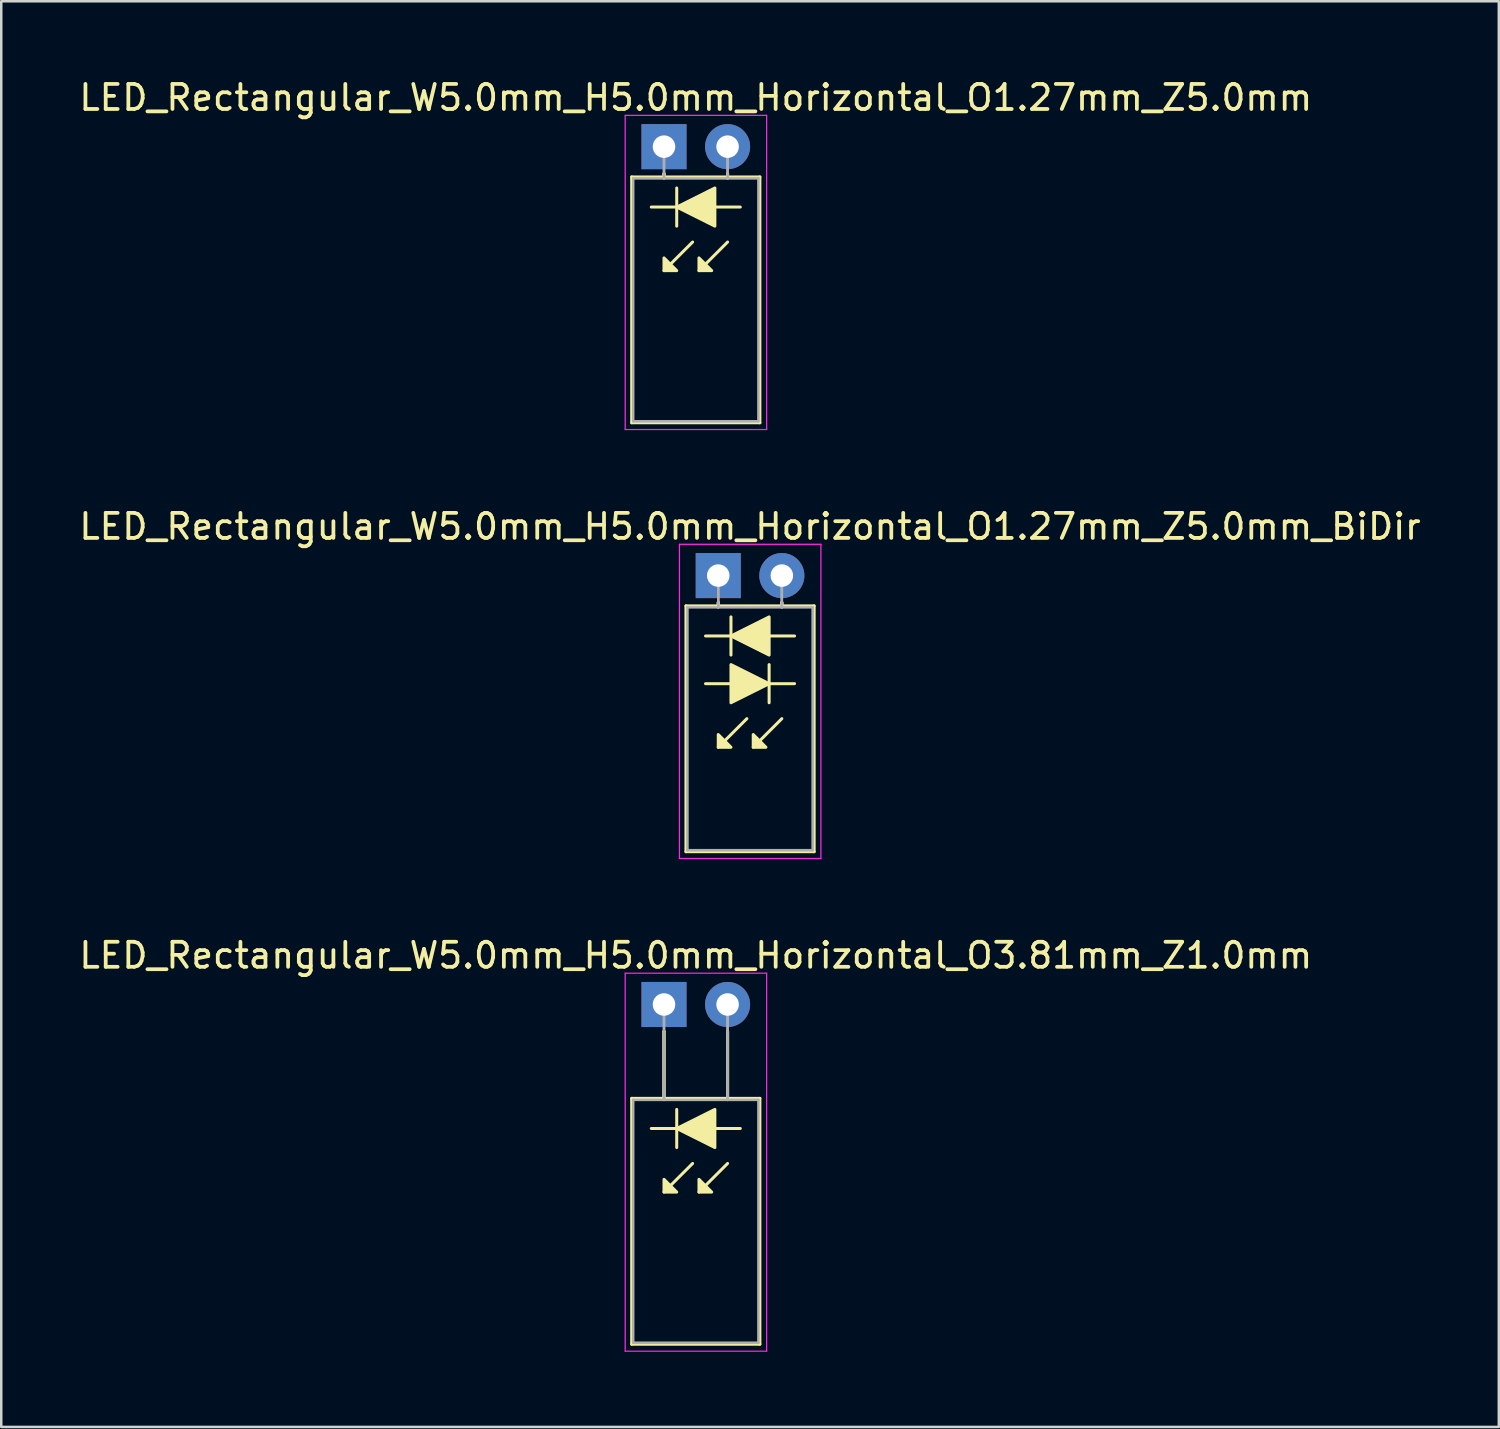
<source format=kicad_pcb>
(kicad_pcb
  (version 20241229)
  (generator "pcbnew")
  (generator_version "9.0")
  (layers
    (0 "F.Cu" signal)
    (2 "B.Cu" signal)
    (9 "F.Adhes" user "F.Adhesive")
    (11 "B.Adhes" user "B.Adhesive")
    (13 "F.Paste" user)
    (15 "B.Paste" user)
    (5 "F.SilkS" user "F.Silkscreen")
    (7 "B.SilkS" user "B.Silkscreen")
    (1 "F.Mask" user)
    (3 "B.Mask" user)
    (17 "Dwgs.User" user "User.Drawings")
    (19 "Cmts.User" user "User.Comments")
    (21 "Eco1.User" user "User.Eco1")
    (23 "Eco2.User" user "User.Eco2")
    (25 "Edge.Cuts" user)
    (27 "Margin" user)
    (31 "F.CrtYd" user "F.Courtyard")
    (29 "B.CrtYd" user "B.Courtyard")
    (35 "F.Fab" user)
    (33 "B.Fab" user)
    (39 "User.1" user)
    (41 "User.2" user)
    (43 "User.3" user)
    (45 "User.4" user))
  (footprint "LED_Rectangular_W5.0mm_H5.0mm_Horizontal_O3.81mm_Z1.0mm"
    (layer "F.Cu")
    (at 23.474 37.075)
    (property "Reference" "LED_Rectangular_W5.0mm_H5.0mm_Horizontal_O3.81mm_Z1.0mm" (at 1.27 -1.96 0) (layer "F.SilkS") (effects (font (size 1 1) (thickness 0.15))))
    (fp_line (start -1.29 3.75) (end -1.29 13.57) (stroke (width 0.12) (type solid)) (layer "F.SilkS"))
    (fp_line (start -1.29 13.57) (end 3.83 13.57) (stroke (width 0.12) (type solid)) (layer "F.SilkS"))
    (fp_line (start 0 1.08) (end 0 1.08) (stroke (width 0.12) (type solid)) (layer "F.SilkS"))
    (fp_line (start 0 1.08) (end 0 3.75) (stroke (width 0.12) (type solid)) (layer "F.SilkS"))
    (fp_line (start 0 3.75) (end 0 1.08) (stroke (width 0.12) (type solid)) (layer "F.SilkS"))
    (fp_line (start 0 3.75) (end 0 3.75) (stroke (width 0.12) (type solid)) (layer "F.SilkS"))
    (fp_line (start 0.508 4.191) (end 0.508 5.715) (stroke (width 0.12) (type solid)) (layer "F.SilkS"))
    (fp_line (start 0.508 4.953) (end -0.508 4.953) (stroke (width 0.12) (type solid)) (layer "F.SilkS"))
    (fp_line (start 1.143 6.35) (end 0 7.493) (stroke (width 0.12) (type solid)) (layer "F.SilkS"))
    (fp_line (start 2.54 1.08) (end 2.54 1.08) (stroke (width 0.12) (type solid)) (layer "F.SilkS"))
    (fp_line (start 2.54 1.08) (end 2.54 3.75) (stroke (width 0.12) (type solid)) (layer "F.SilkS"))
    (fp_line (start 2.54 3.75) (end 2.54 1.08) (stroke (width 0.12) (type solid)) (layer "F.SilkS"))
    (fp_line (start 2.54 3.75) (end 2.54 3.75) (stroke (width 0.12) (type solid)) (layer "F.SilkS"))
    (fp_line (start 2.54 6.35) (end 1.397 7.493) (stroke (width 0.12) (type solid)) (layer "F.SilkS"))
    (fp_line (start 3.048 4.953) (end 2.032 4.953) (stroke (width 0.12) (type solid)) (layer "F.SilkS"))
    (fp_line (start 3.83 3.75) (end -1.29 3.75) (stroke (width 0.12) (type solid)) (layer "F.SilkS"))
    (fp_line (start 3.83 13.57) (end 3.83 3.75) (stroke (width 0.12) (type solid)) (layer "F.SilkS"))
    (fp_poly (pts (xy 0 6.985) (xy 0.508 7.493) (xy 0 7.493)) (stroke (width 0.12) (type solid)) (fill yes) (layer "F.SilkS"))
    (fp_poly (pts (xy 1.397 6.985) (xy 1.905 7.493) (xy 1.397 7.493)) (stroke (width 0.12) (type solid)) (fill yes) (layer "F.SilkS"))
    (fp_poly (pts (xy 2.032 5.715) (xy 0.508 4.953) (xy 2.032 4.191)) (stroke (width 0.12) (type solid)) (fill yes) (layer "F.SilkS"))
    (fp_line (start -1.55 -1.25) (end -1.55 13.85) (stroke (width 0.05) (type solid)) (layer "F.CrtYd"))
    (fp_line (start -1.55 13.85) (end 4.1 13.85) (stroke (width 0.05) (type solid)) (layer "F.CrtYd"))
    (fp_line (start 4.1 -1.25) (end -1.55 -1.25) (stroke (width 0.05) (type solid)) (layer "F.CrtYd"))
    (fp_line (start 4.1 13.85) (end 4.1 -1.25) (stroke (width 0.05) (type solid)) (layer "F.CrtYd"))
    (fp_line (start -1.23 3.81) (end -1.23 13.51) (stroke (width 0.1) (type solid)) (layer "F.Fab"))
    (fp_line (start -1.23 13.51) (end 3.77 13.51) (stroke (width 0.1) (type solid)) (layer "F.Fab"))
    (fp_line (start 0 0) (end 0 0) (stroke (width 0.1) (type solid)) (layer "F.Fab"))
    (fp_line (start 0 0) (end 0 3.81) (stroke (width 0.1) (type solid)) (layer "F.Fab"))
    (fp_line (start 0 3.81) (end 0 0) (stroke (width 0.1) (type solid)) (layer "F.Fab"))
    (fp_line (start 0 3.81) (end 0 3.81) (stroke (width 0.1) (type solid)) (layer "F.Fab"))
    (fp_line (start 2.54 0) (end 2.54 0) (stroke (width 0.1) (type solid)) (layer "F.Fab"))
    (fp_line (start 2.54 0) (end 2.54 3.81) (stroke (width 0.1) (type solid)) (layer "F.Fab"))
    (fp_line (start 2.54 3.81) (end 2.54 0) (stroke (width 0.1) (type solid)) (layer "F.Fab"))
    (fp_line (start 2.54 3.81) (end 2.54 3.81) (stroke (width 0.1) (type solid)) (layer "F.Fab"))
    (fp_line (start 3.77 3.81) (end -1.23 3.81) (stroke (width 0.1) (type solid)) (layer "F.Fab"))
    (fp_line (start 3.77 13.51) (end 3.77 3.81) (stroke (width 0.1) (type solid)) (layer "F.Fab"))
    (pad "1" thru_hole rect (at 0 0) (size 1.8 1.8) (drill 0.9) (layers "*.Cu" "*.Mask"))
    (pad "2" thru_hole circle (at 2.54 0) (size 1.8 1.8) (drill 0.9) (layers "*.Cu" "*.Mask")))
  (footprint "LED_Rectangular_W5.0mm_H5.0mm_Horizontal_O1.27mm_Z5.0mm"
    (layer "F.Cu")
    (at 23.474 2.808)
    (property "Reference" "LED_Rectangular_W5.0mm_H5.0mm_Horizontal_O1.27mm_Z5.0mm" (at 1.27 -1.96 0) (layer "F.SilkS") (effects (font (size 1 1) (thickness 0.15))))
    (fp_line (start -1.29 1.21) (end -1.29 11.03) (stroke (width 0.12) (type solid)) (layer "F.SilkS"))
    (fp_line (start -1.29 11.03) (end 3.83 11.03) (stroke (width 0.12) (type solid)) (layer "F.SilkS"))
    (fp_line (start 0 1.08) (end 0 1.08) (stroke (width 0.12) (type solid)) (layer "F.SilkS"))
    (fp_line (start 0 1.08) (end 0 1.21) (stroke (width 0.12) (type solid)) (layer "F.SilkS"))
    (fp_line (start 0 1.21) (end 0 1.08) (stroke (width 0.12) (type solid)) (layer "F.SilkS"))
    (fp_line (start 0 1.21) (end 0 1.21) (stroke (width 0.12) (type solid)) (layer "F.SilkS"))
    (fp_line (start 0.508 1.651) (end 0.508 3.175) (stroke (width 0.12) (type solid)) (layer "F.SilkS"))
    (fp_line (start 0.508 2.413) (end -0.508 2.413) (stroke (width 0.12) (type solid)) (layer "F.SilkS"))
    (fp_line (start 1.143 3.81) (end 0 4.953) (stroke (width 0.12) (type solid)) (layer "F.SilkS"))
    (fp_line (start 2.54 1.08) (end 2.54 1.08) (stroke (width 0.12) (type solid)) (layer "F.SilkS"))
    (fp_line (start 2.54 1.08) (end 2.54 1.21) (stroke (width 0.12) (type solid)) (layer "F.SilkS"))
    (fp_line (start 2.54 1.21) (end 2.54 1.08) (stroke (width 0.12) (type solid)) (layer "F.SilkS"))
    (fp_line (start 2.54 1.21) (end 2.54 1.21) (stroke (width 0.12) (type solid)) (layer "F.SilkS"))
    (fp_line (start 2.54 3.81) (end 1.397 4.953) (stroke (width 0.12) (type solid)) (layer "F.SilkS"))
    (fp_line (start 3.048 2.413) (end 2.032 2.413) (stroke (width 0.12) (type solid)) (layer "F.SilkS"))
    (fp_line (start 3.83 1.21) (end -1.29 1.21) (stroke (width 0.12) (type solid)) (layer "F.SilkS"))
    (fp_line (start 3.83 11.03) (end 3.83 1.21) (stroke (width 0.12) (type solid)) (layer "F.SilkS"))
    (fp_poly (pts (xy 0 4.445) (xy 0.508 4.953) (xy 0 4.953)) (stroke (width 0.12) (type solid)) (fill yes) (layer "F.SilkS"))
    (fp_poly (pts (xy 1.397 4.445) (xy 1.905 4.953) (xy 1.397 4.953)) (stroke (width 0.12) (type solid)) (fill yes) (layer "F.SilkS"))
    (fp_poly (pts (xy 2.032 3.175) (xy 0.508 2.413) (xy 2.032 1.651)) (stroke (width 0.12) (type solid)) (fill yes) (layer "F.SilkS"))
    (fp_line (start -1.55 -1.25) (end -1.55 11.3) (stroke (width 0.05) (type solid)) (layer "F.CrtYd"))
    (fp_line (start -1.55 11.3) (end 4.1 11.3) (stroke (width 0.05) (type solid)) (layer "F.CrtYd"))
    (fp_line (start 4.1 -1.25) (end -1.55 -1.25) (stroke (width 0.05) (type solid)) (layer "F.CrtYd"))
    (fp_line (start 4.1 11.3) (end 4.1 -1.25) (stroke (width 0.05) (type solid)) (layer "F.CrtYd"))
    (fp_line (start -1.23 1.27) (end -1.23 10.97) (stroke (width 0.1) (type solid)) (layer "F.Fab"))
    (fp_line (start -1.23 10.97) (end 3.77 10.97) (stroke (width 0.1) (type solid)) (layer "F.Fab"))
    (fp_line (start 0 0) (end 0 0) (stroke (width 0.1) (type solid)) (layer "F.Fab"))
    (fp_line (start 0 0) (end 0 1.27) (stroke (width 0.1) (type solid)) (layer "F.Fab"))
    (fp_line (start 0 1.27) (end 0 0) (stroke (width 0.1) (type solid)) (layer "F.Fab"))
    (fp_line (start 0 1.27) (end 0 1.27) (stroke (width 0.1) (type solid)) (layer "F.Fab"))
    (fp_line (start 2.54 0) (end 2.54 0) (stroke (width 0.1) (type solid)) (layer "F.Fab"))
    (fp_line (start 2.54 0) (end 2.54 1.27) (stroke (width 0.1) (type solid)) (layer "F.Fab"))
    (fp_line (start 2.54 1.27) (end 2.54 0) (stroke (width 0.1) (type solid)) (layer "F.Fab"))
    (fp_line (start 2.54 1.27) (end 2.54 1.27) (stroke (width 0.1) (type solid)) (layer "F.Fab"))
    (fp_line (start 3.77 1.27) (end -1.23 1.27) (stroke (width 0.1) (type solid)) (layer "F.Fab"))
    (fp_line (start 3.77 10.97) (end 3.77 1.27) (stroke (width 0.1) (type solid)) (layer "F.Fab"))
    (pad "1" thru_hole rect (at 0 0) (size 1.8 1.8) (drill 0.9) (layers "*.Cu" "*.Mask"))
    (pad "2" thru_hole circle (at 2.54 0) (size 1.8 1.8) (drill 0.9) (layers "*.Cu" "*.Mask")))
  (footprint "LED_Rectangular_W5.0mm_H5.0mm_Horizontal_O1.27mm_Z5.0mm_BiDir"
    (layer "F.Cu")
    (at 25.641 19.942)
    (property "Reference" "LED_Rectangular_W5.0mm_H5.0mm_Horizontal_O1.27mm_Z5.0mm_BiDir" (at 1.27 -1.96 0) (layer "F.SilkS") (effects (font (size 1 1) (thickness 0.15))))
    (fp_line (start -1.29 1.21) (end -1.29 11.03) (stroke (width 0.12) (type solid)) (layer "F.SilkS"))
    (fp_line (start -1.29 11.03) (end 3.83 11.03) (stroke (width 0.12) (type solid)) (layer "F.SilkS"))
    (fp_line (start -0.508 4.318) (end 0.508 4.318) (stroke (width 0.12) (type solid)) (layer "F.SilkS"))
    (fp_line (start 0 1.08) (end 0 1.08) (stroke (width 0.12) (type solid)) (layer "F.SilkS"))
    (fp_line (start 0 1.08) (end 0 1.21) (stroke (width 0.12) (type solid)) (layer "F.SilkS"))
    (fp_line (start 0 1.21) (end 0 1.08) (stroke (width 0.12) (type solid)) (layer "F.SilkS"))
    (fp_line (start 0 1.21) (end 0 1.21) (stroke (width 0.12) (type solid)) (layer "F.SilkS"))
    (fp_line (start 0.508 1.651) (end 0.508 3.175) (stroke (width 0.12) (type solid)) (layer "F.SilkS"))
    (fp_line (start 0.508 2.413) (end -0.508 2.413) (stroke (width 0.12) (type solid)) (layer "F.SilkS"))
    (fp_line (start 1.143 5.715) (end 0 6.858) (stroke (width 0.12) (type solid)) (layer "F.SilkS"))
    (fp_line (start 2.032 4.318) (end 3.048 4.318) (stroke (width 0.12) (type solid)) (layer "F.SilkS"))
    (fp_line (start 2.032 5.08) (end 2.032 3.556) (stroke (width 0.12) (type solid)) (layer "F.SilkS"))
    (fp_line (start 2.54 1.08) (end 2.54 1.08) (stroke (width 0.12) (type solid)) (layer "F.SilkS"))
    (fp_line (start 2.54 1.08) (end 2.54 1.21) (stroke (width 0.12) (type solid)) (layer "F.SilkS"))
    (fp_line (start 2.54 1.21) (end 2.54 1.08) (stroke (width 0.12) (type solid)) (layer "F.SilkS"))
    (fp_line (start 2.54 1.21) (end 2.54 1.21) (stroke (width 0.12) (type solid)) (layer "F.SilkS"))
    (fp_line (start 2.54 5.715) (end 1.397 6.858) (stroke (width 0.12) (type solid)) (layer "F.SilkS"))
    (fp_line (start 3.048 2.413) (end 2.032 2.413) (stroke (width 0.12) (type solid)) (layer "F.SilkS"))
    (fp_line (start 3.83 1.21) (end -1.29 1.21) (stroke (width 0.12) (type solid)) (layer "F.SilkS"))
    (fp_line (start 3.83 11.03) (end 3.83 1.21) (stroke (width 0.12) (type solid)) (layer "F.SilkS"))
    (fp_poly (pts (xy 0 6.35) (xy 0.508 6.858) (xy 0 6.858)) (stroke (width 0.12) (type solid)) (fill yes) (layer "F.SilkS"))
    (fp_poly (pts (xy 0.508 3.556) (xy 2.032 4.318) (xy 0.508 5.08)) (stroke (width 0.12) (type solid)) (fill yes) (layer "F.SilkS"))
    (fp_poly (pts (xy 1.397 6.35) (xy 1.905 6.858) (xy 1.397 6.858)) (stroke (width 0.12) (type solid)) (fill yes) (layer "F.SilkS"))
    (fp_poly (pts (xy 2.032 3.175) (xy 0.508 2.413) (xy 2.032 1.651)) (stroke (width 0.12) (type solid)) (fill yes) (layer "F.SilkS"))
    (fp_line (start -1.55 -1.25) (end -1.55 11.3) (stroke (width 0.05) (type solid)) (layer "F.CrtYd"))
    (fp_line (start -1.55 11.3) (end 4.1 11.3) (stroke (width 0.05) (type solid)) (layer "F.CrtYd"))
    (fp_line (start 4.1 -1.25) (end -1.55 -1.25) (stroke (width 0.05) (type solid)) (layer "F.CrtYd"))
    (fp_line (start 4.1 11.3) (end 4.1 -1.25) (stroke (width 0.05) (type solid)) (layer "F.CrtYd"))
    (fp_line (start -1.23 1.27) (end -1.23 10.97) (stroke (width 0.1) (type solid)) (layer "F.Fab"))
    (fp_line (start -1.23 10.97) (end 3.77 10.97) (stroke (width 0.1) (type solid)) (layer "F.Fab"))
    (fp_line (start 0 0) (end 0 0) (stroke (width 0.1) (type solid)) (layer "F.Fab"))
    (fp_line (start 0 0) (end 0 1.27) (stroke (width 0.1) (type solid)) (layer "F.Fab"))
    (fp_line (start 0 1.27) (end 0 0) (stroke (width 0.1) (type solid)) (layer "F.Fab"))
    (fp_line (start 0 1.27) (end 0 1.27) (stroke (width 0.1) (type solid)) (layer "F.Fab"))
    (fp_line (start 2.54 0) (end 2.54 0) (stroke (width 0.1) (type solid)) (layer "F.Fab"))
    (fp_line (start 2.54 0) (end 2.54 1.27) (stroke (width 0.1) (type solid)) (layer "F.Fab"))
    (fp_line (start 2.54 1.27) (end 2.54 0) (stroke (width 0.1) (type solid)) (layer "F.Fab"))
    (fp_line (start 2.54 1.27) (end 2.54 1.27) (stroke (width 0.1) (type solid)) (layer "F.Fab"))
    (fp_line (start 3.77 1.27) (end -1.23 1.27) (stroke (width 0.1) (type solid)) (layer "F.Fab"))
    (fp_line (start 3.77 10.97) (end 3.77 1.27) (stroke (width 0.1) (type solid)) (layer "F.Fab"))
    (pad "1" thru_hole rect (at 0 0) (size 1.8 1.8) (drill 0.9) (layers "*.Cu" "*.Mask"))
    (pad "2" thru_hole circle (at 2.54 0) (size 1.8 1.8) (drill 0.9) (layers "*.Cu" "*.Mask")))
  (gr_rect
    (start -3 -3)
    (end 56.821 53.95)
    (stroke (width 0.1) (type default))
    (fill no)
    (layer "Edge.Cuts")))
</source>
